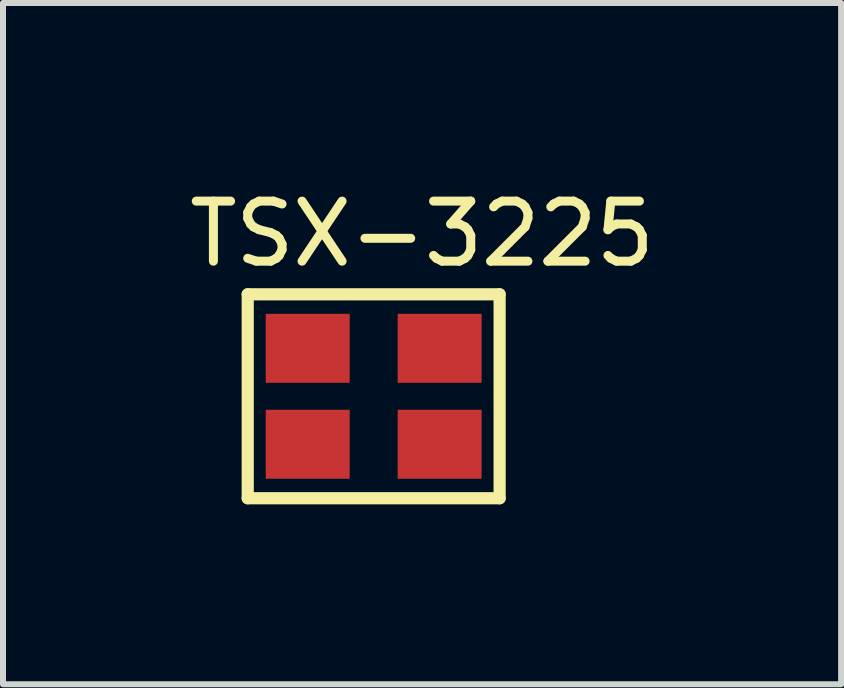
<source format=kicad_pcb>
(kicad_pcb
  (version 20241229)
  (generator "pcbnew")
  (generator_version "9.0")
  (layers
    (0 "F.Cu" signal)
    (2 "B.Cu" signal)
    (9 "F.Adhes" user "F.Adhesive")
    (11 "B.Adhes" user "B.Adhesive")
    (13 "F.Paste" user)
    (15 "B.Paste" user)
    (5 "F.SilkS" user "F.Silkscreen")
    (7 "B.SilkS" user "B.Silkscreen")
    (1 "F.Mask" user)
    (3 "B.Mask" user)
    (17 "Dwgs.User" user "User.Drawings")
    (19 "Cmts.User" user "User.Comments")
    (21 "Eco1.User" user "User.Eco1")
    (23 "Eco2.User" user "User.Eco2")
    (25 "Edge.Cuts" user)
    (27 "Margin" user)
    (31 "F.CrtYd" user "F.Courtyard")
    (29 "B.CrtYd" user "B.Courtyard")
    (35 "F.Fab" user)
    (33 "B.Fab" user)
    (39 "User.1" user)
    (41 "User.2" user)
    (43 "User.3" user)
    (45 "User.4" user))
  (footprint "TSX-3225"
    (layer "F.Cu")
    (at 2.08 2.757)
    (property "Reference" "TSX-3225" (at 1.908 -1.908 0) (layer "F.SilkS") (effects (font (size 1.001 1.001) (thickness 0.15))))
    (attr through_hole)
    (fp_line (start -1 -0.9) (end 3.2 -0.9) (stroke (width 0.203) (type solid)) (layer "F.SilkS"))
    (fp_line (start -1 2.5) (end -1 -0.9) (stroke (width 0.203) (type solid)) (layer "F.SilkS"))
    (fp_line (start 3.2 -0.9) (end 3.2 2.5) (stroke (width 0.203) (type solid)) (layer "F.SilkS"))
    (fp_line (start 3.2 2.5) (end -1 2.5) (stroke (width 0.203) (type solid)) (layer "F.SilkS"))
    (pad "1" smd rect (at 0 1.6) (size 1.4 1.15) (layers "F.Cu" "F.Mask" "F.Paste"))
    (pad "2" smd rect (at 2.2 1.6) (size 1.4 1.15) (layers "F.Cu" "F.Mask" "F.Paste"))
    (pad "3" smd rect (at 2.2 0 180) (size 1.4 1.15) (layers "F.Cu" "F.Mask" "F.Paste"))
    (pad "4" smd rect (at 0 0 180) (size 1.4 1.15) (layers "F.Cu" "F.Mask" "F.Paste")))
  (gr_rect
    (start -3 -3)
    (end 10.974 8.358)
    (stroke (width 0.1) (type default))
    (fill no)
    (layer "Edge.Cuts")))
</source>
